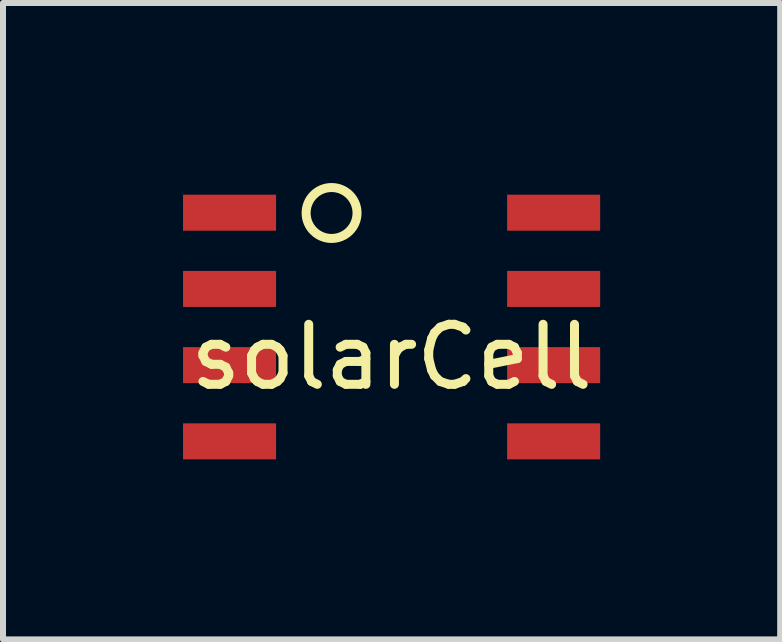
<source format=kicad_pcb>
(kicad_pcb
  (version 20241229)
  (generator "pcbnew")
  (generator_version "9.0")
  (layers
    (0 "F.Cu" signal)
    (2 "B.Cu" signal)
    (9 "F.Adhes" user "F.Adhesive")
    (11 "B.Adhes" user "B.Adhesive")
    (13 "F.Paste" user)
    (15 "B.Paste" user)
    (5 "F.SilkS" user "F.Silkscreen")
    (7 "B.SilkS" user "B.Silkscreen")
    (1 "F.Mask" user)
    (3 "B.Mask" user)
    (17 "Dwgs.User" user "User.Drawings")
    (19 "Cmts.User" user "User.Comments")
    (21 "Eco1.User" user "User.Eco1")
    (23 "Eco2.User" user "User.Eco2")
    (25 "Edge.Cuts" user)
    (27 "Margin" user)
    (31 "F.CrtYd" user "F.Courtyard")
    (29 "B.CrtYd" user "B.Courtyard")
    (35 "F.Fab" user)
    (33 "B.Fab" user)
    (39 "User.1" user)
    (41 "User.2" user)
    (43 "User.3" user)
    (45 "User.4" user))
  (footprint "solarCell"
    (layer "F.Cu")
    (at 3.475 2.399)
    (property "Reference" "solarCell" (at 0 0.5 0) (layer "F.SilkS") (effects (font (size 1 1) (thickness 0.15))))
    (attr through_hole)
    (fp_circle (center -1 -1.9) (end -0.7 -1.6) (stroke (width 0.15) (type solid)) (fill no) (layer "F.SilkS"))
    (pad "1" smd rect (at -2.7 -1.905) (size 1.55 0.6) (layers "F.Cu" "F.Mask" "F.Paste"))
    (pad "2" smd rect (at -2.7 -0.635) (size 1.55 0.6) (layers "F.Cu" "F.Mask" "F.Paste"))
    (pad "3" smd rect (at -2.7 0.635) (size 1.55 0.6) (layers "F.Cu" "F.Mask" "F.Paste"))
    (pad "4" smd rect (at -2.7 1.905) (size 1.55 0.6) (layers "F.Cu" "F.Mask" "F.Paste"))
    (pad "5" smd rect (at 2.7 1.905) (size 1.55 0.6) (layers "F.Cu" "F.Mask" "F.Paste"))
    (pad "6" smd rect (at 2.7 0.635) (size 1.55 0.6) (layers "F.Cu" "F.Mask" "F.Paste"))
    (pad "7" smd rect (at 2.7 -0.635) (size 1.55 0.6) (layers "F.Cu" "F.Mask" "F.Paste"))
    (pad "8" smd rect (at 2.7 -1.905) (size 1.55 0.6) (layers "F.Cu" "F.Mask" "F.Paste")))
  (gr_rect
    (start -3 -3)
    (end 9.95 7.604)
    (stroke (width 0.1) (type default))
    (fill no)
    (layer "Edge.Cuts")))
</source>
